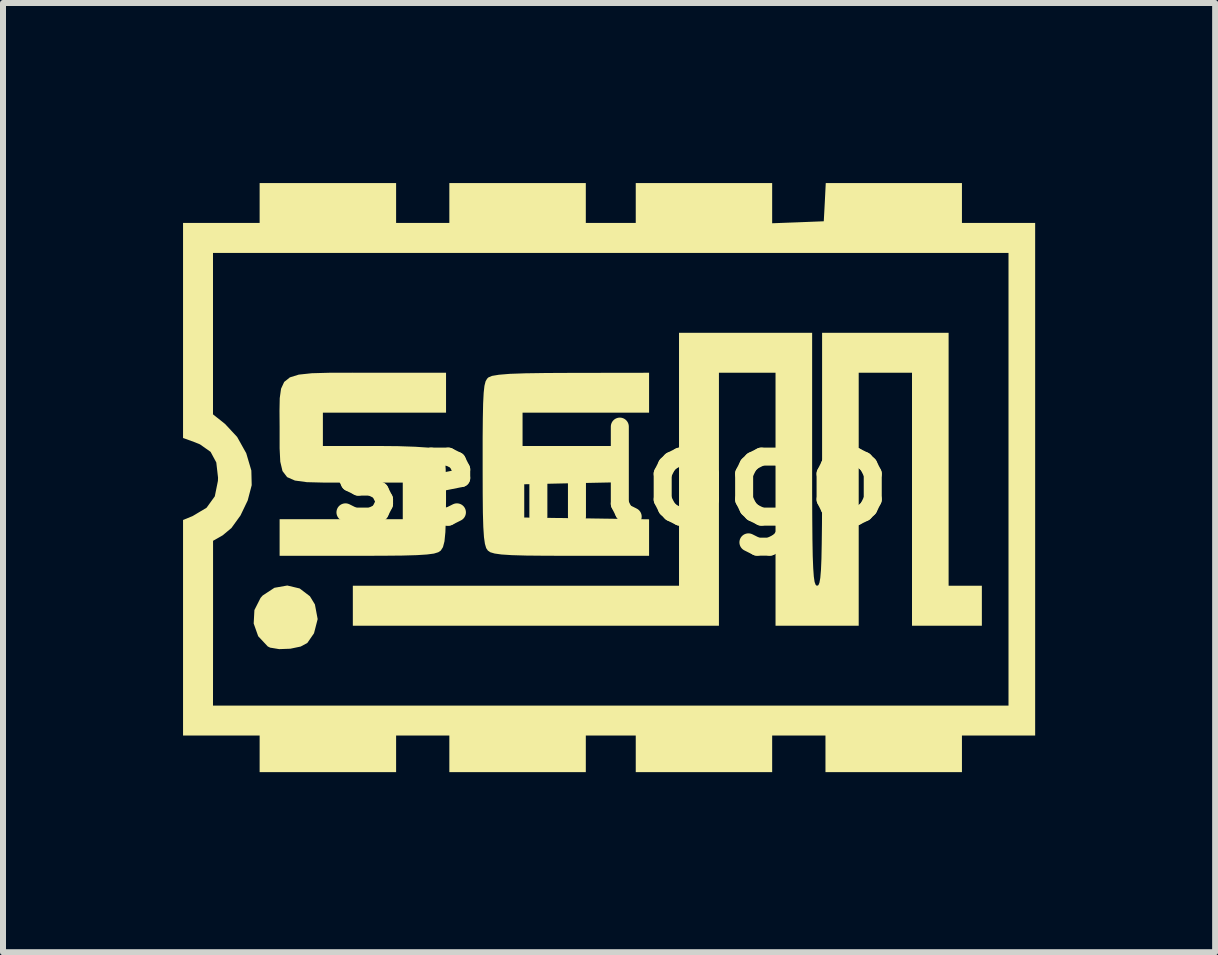
<source format=kicad_pcb>
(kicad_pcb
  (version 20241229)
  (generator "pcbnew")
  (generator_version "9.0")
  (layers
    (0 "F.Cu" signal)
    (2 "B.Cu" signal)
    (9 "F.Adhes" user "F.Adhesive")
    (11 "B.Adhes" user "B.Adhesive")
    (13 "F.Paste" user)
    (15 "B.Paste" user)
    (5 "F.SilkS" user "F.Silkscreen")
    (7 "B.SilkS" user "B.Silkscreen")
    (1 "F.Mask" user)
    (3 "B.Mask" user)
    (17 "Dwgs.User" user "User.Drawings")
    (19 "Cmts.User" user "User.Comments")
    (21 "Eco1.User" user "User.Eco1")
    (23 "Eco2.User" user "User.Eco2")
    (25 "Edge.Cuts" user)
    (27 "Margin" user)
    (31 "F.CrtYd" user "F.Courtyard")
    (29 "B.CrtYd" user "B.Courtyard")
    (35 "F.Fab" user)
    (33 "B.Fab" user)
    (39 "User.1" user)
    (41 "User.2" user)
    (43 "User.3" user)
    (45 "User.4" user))
  (footprint "semlogo"
    (layer "F.Cu")
    (at 7.099 4.88)
    (property "Reference" "semlogo" (at 0 0 0) (layer "F.SilkS") (effects (font (size 1.5 1.5) (thickness 0.3))))
    (attr board_only exclude_from_pos_files exclude_from_bom)
    (fp_poly (pts (xy -5.156 1.875) (xy -4.985 2.005) (xy -4.902 2.141) (xy -4.856 2.385) (xy -4.917 2.622) (xy -5.028 2.783) (xy -5.139 2.843) (xy -5.311 2.879) (xy -5.497 2.886) (xy -5.648 2.861) (xy -5.688 2.841) (xy -5.847 2.671) (xy -5.922 2.459) (xy -5.91 2.235) (xy -5.808 2.033) (xy -5.772 1.992) (xy -5.577 1.864) (xy -5.362 1.826)) (stroke (width 0) (type solid)) (fill yes) (layer "F.SilkS"))
    (fp_poly (pts (xy 0.666 -1.386) (xy 0.666 -1.054) (xy -0.388 -1.054) (xy -1.442 -1.054) (xy -1.442 -0.776) (xy -1.442 -0.499) (xy -0.693 -0.499) (xy 0.055 -0.499) (xy 0.055 -0.196) (xy 0.055 0.108) (xy -0.679 0.123) (xy -1.414 0.139) (xy -1.414 0.416) (xy -1.414 0.693) (xy -0.374 0.708) (xy 0.666 0.723) (xy 0.666 1.027) (xy 0.666 1.331) (xy -0.634 1.331) (xy -1.056 1.33) (xy -1.381 1.327) (xy -1.622 1.32) (xy -1.793 1.309) (xy -1.907 1.293) (xy -1.979 1.272) (xy -2.02 1.244) (xy -2.048 1.203) (xy -2.069 1.132) (xy -2.085 1.02) (xy -2.096 0.852) (xy -2.103 0.615) (xy -2.106 0.296) (xy -2.107 -0.118) (xy -2.107 -0.206) (xy -2.107 -0.633) (xy -2.104 -0.963) (xy -2.099 -1.208) (xy -2.09 -1.384) (xy -2.077 -1.502) (xy -2.058 -1.577) (xy -2.032 -1.621) (xy -2.01 -1.642) (xy -1.95 -1.667) (xy -1.835 -1.686) (xy -1.654 -1.701) (xy -1.396 -1.71) (xy -1.05 -1.715) (xy -0.624 -1.717) (xy 0.666 -1.719)) (stroke (width 0) (type solid)) (fill yes) (layer "F.SilkS"))
    (fp_poly (pts (xy 3.383 -0.277) (xy 3.383 0.268) (xy 3.385 0.712) (xy 3.388 1.065) (xy 3.393 1.336) (xy 3.401 1.537) (xy 3.411 1.677) (xy 3.424 1.766) (xy 3.441 1.813) (xy 3.461 1.83) (xy 3.466 1.83) (xy 3.488 1.819) (xy 3.505 1.778) (xy 3.519 1.699) (xy 3.53 1.57) (xy 3.538 1.382) (xy 3.543 1.126) (xy 3.547 0.79) (xy 3.549 0.365) (xy 3.549 -0.159) (xy 3.549 -0.277) (xy 3.549 -2.385) (xy 4.603 -2.385) (xy 5.657 -2.385) (xy 5.657 -0.277) (xy 5.657 1.83) (xy 5.934 1.83) (xy 6.211 1.83) (xy 6.211 2.163) (xy 6.211 2.496) (xy 5.629 2.496) (xy 5.047 2.496) (xy 5.047 0.388) (xy 5.047 -1.719) (xy 4.603 -1.719) (xy 4.159 -1.719) (xy 4.159 0.388) (xy 4.159 2.496) (xy 3.466 2.496) (xy 2.773 2.496) (xy 2.773 0.388) (xy 2.773 -1.719) (xy 2.302 -1.719) (xy 1.83 -1.719) (xy 1.83 0.388) (xy 1.83 2.496) (xy -1.22 2.496) (xy -4.27 2.496) (xy -4.27 2.163) (xy -4.27 1.83) (xy -1.553 1.83) (xy 1.165 1.83) (xy 1.165 -0.277) (xy 1.165 -2.385) (xy 2.274 -2.385) (xy 3.383 -2.385)) (stroke (width 0) (type solid)) (fill yes) (layer "F.SilkS"))
    (fp_poly (pts (xy -3.993 -1.719) (xy -2.717 -1.719) (xy -2.717 -1.386) (xy -2.717 -1.054) (xy -3.743 -1.054) (xy -4.769 -1.054) (xy -4.769 -0.776) (xy -4.769 -0.499) (xy -3.851 -0.499) (xy -3.516 -0.496) (xy -3.227 -0.486) (xy -3.002 -0.471) (xy -2.859 -0.453) (xy -2.825 -0.442) (xy -2.782 -0.41) (xy -2.752 -0.357) (xy -2.733 -0.264) (xy -2.723 -0.113) (xy -2.718 0.115) (xy -2.717 0.386) (xy -2.72 0.708) (xy -2.728 0.937) (xy -2.743 1.09) (xy -2.768 1.186) (xy -2.804 1.243) (xy -2.805 1.244) (xy -2.847 1.272) (xy -2.919 1.294) (xy -3.034 1.309) (xy -3.205 1.32) (xy -3.448 1.327) (xy -3.774 1.33) (xy -4.191 1.331) (xy -5.49 1.331) (xy -5.49 1.026) (xy -5.49 0.721) (xy -4.464 0.721) (xy -3.438 0.721) (xy -3.438 0.416) (xy -3.438 0.111) (xy -4.378 0.111) (xy -4.756 0.111) (xy -5.037 0.104) (xy -5.235 0.077) (xy -5.365 0.02) (xy -5.442 -0.081) (xy -5.479 -0.237) (xy -5.49 -0.459) (xy -5.49 -0.76) (xy -5.49 -0.816) (xy -5.492 -1.086) (xy -5.488 -1.296) (xy -5.466 -1.453) (xy -5.414 -1.566) (xy -5.319 -1.642) (xy -5.171 -1.688) (xy -4.955 -1.711) (xy -4.661 -1.719) (xy -4.275 -1.72)) (stroke (width 0) (type solid)) (fill yes) (layer "F.SilkS"))
    (fp_poly (pts (xy -3.549 -4.548) (xy -3.549 -4.215) (xy -3.106 -4.215) (xy -2.662 -4.215) (xy -2.662 -4.548) (xy -2.662 -4.88) (xy -1.525 -4.88) (xy -0.388 -4.88) (xy -0.388 -4.548) (xy -0.388 -4.215) (xy 0.028 -4.215) (xy 0.444 -4.215) (xy 0.444 -4.548) (xy 0.444 -4.88) (xy 1.581 -4.88) (xy 2.717 -4.88) (xy 2.717 -4.545) (xy 2.717 -4.21) (xy 3.147 -4.226) (xy 3.577 -4.243) (xy 3.594 -4.561) (xy 3.61 -4.88) (xy 4.744 -4.88) (xy 5.879 -4.88) (xy 5.879 -4.548) (xy 5.879 -4.215) (xy 6.489 -4.215) (xy 7.099 -4.215) (xy 7.099 0.055) (xy 7.099 4.326) (xy 6.489 4.326) (xy 5.879 4.326) (xy 5.879 4.631) (xy 5.879 4.936) (xy 4.742 4.936) (xy 3.605 4.936) (xy 3.605 4.631) (xy 3.605 4.326) (xy 3.161 4.326) (xy 2.717 4.326) (xy 2.717 4.631) (xy 2.717 4.936) (xy 1.581 4.936) (xy 0.444 4.936) (xy 0.444 4.631) (xy 0.444 4.326) (xy 0.028 4.326) (xy -0.388 4.326) (xy -0.388 4.631) (xy -0.388 4.936) (xy -1.525 4.936) (xy -2.662 4.936) (xy -2.662 4.631) (xy -2.662 4.326) (xy -3.106 4.326) (xy -3.549 4.326) (xy -3.549 4.631) (xy -3.549 4.936) (xy -4.686 4.936) (xy -5.823 4.936) (xy -5.823 4.631) (xy -5.823 4.326) (xy -6.461 4.326) (xy -7.099 4.326) (xy -7.099 2.53) (xy -7.099 0.734) (xy -6.938 0.668) (xy -6.707 0.53) (xy -6.57 0.34) (xy -6.518 0.083) (xy -6.516 0.029) (xy -6.545 -0.224) (xy -6.64 -0.401) (xy -6.817 -0.526) (xy -6.913 -0.565) (xy -7.099 -0.632) (xy -7.099 -2.424) (xy -7.099 -3.716) (xy -6.6 -3.716) (xy -6.6 -2.371) (xy -6.6 -1.026) (xy -6.399 -0.866) (xy -6.198 -0.65) (xy -6.046 -0.378) (xy -5.961 -0.09) (xy -5.955 0.154) (xy -6.022 0.409) (xy -6.142 0.659) (xy -6.293 0.868) (xy -6.439 0.99) (xy -6.599 1.081) (xy -6.599 2.454) (xy -6.6 3.827) (xy 0.028 3.827) (xy 6.655 3.827) (xy 6.655 0.055) (xy 6.655 -3.716) (xy 0.028 -3.716) (xy -6.6 -3.716) (xy -7.099 -3.716) (xy -7.099 -4.215) (xy -6.461 -4.215) (xy -5.823 -4.215) (xy -5.823 -4.548) (xy -5.823 -4.88) (xy -4.686 -4.88) (xy -3.549 -4.88)) (stroke (width 0) (type solid)) (fill yes) (layer "F.SilkS")))
  (gr_rect
    (start -3 -3)
    (end 17.197 12.816)
    (stroke (width 0.1) (type default))
    (fill no)
    (layer "Edge.Cuts")))
</source>
